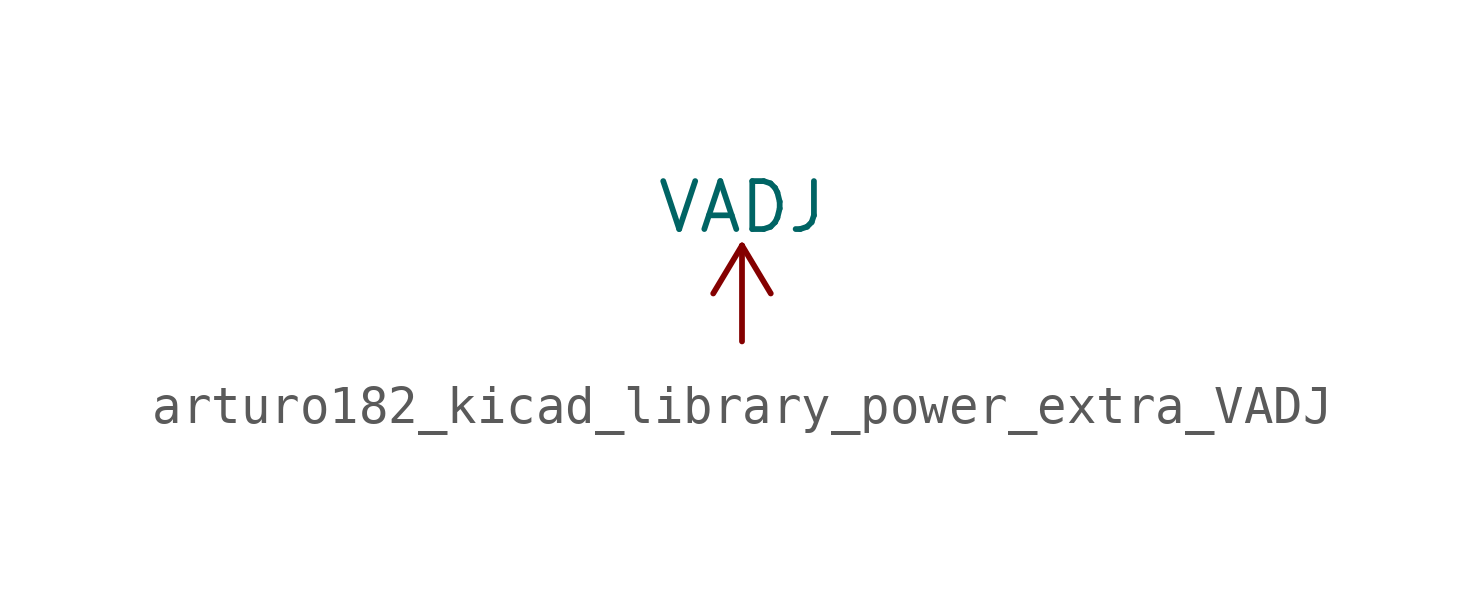
<source format=kicad_sym>
(kicad_symbol_lib
  (version 20220914)
  (generator kicad_symbol_editor)
  (symbol "power_extra:arturo182_kicad_library_power_extra_VADJ"
    (power)
    (pin_names
      (offset 0))
    (property "Reference" "#PWR"
      (at 0 -3.81 0)
      (effects (font (size 1.27 1.27)) hide))
    (property "Value" "VADJ"
      (at 0 3.556 0)
      (effects (font (size 1.27 1.27))))
    (symbol "arturo182_kicad_library_power_extra_VADJ_0_1"
      (polyline (pts (xy -0.762 1.27) (xy 0 2.54)) (stroke (width 0)) (fill (type none)))
      (polyline (pts (xy 0 0) (xy 0 2.54)) (stroke (width 0)) (fill (type none)))
      (polyline (pts (xy 0 2.54) (xy 0.762 1.27)) (stroke (width 0)) (fill (type none))))
    (symbol "arturo182_kicad_library_power_extra_VADJ_1_1"
      (pin power_in line (at 0 0 90) (length 0) hide (name "VADJ" (effects (font (size 1.27 1.27)))) (number "1" (effects (font (size 1.27 1.27))))))))
</source>
